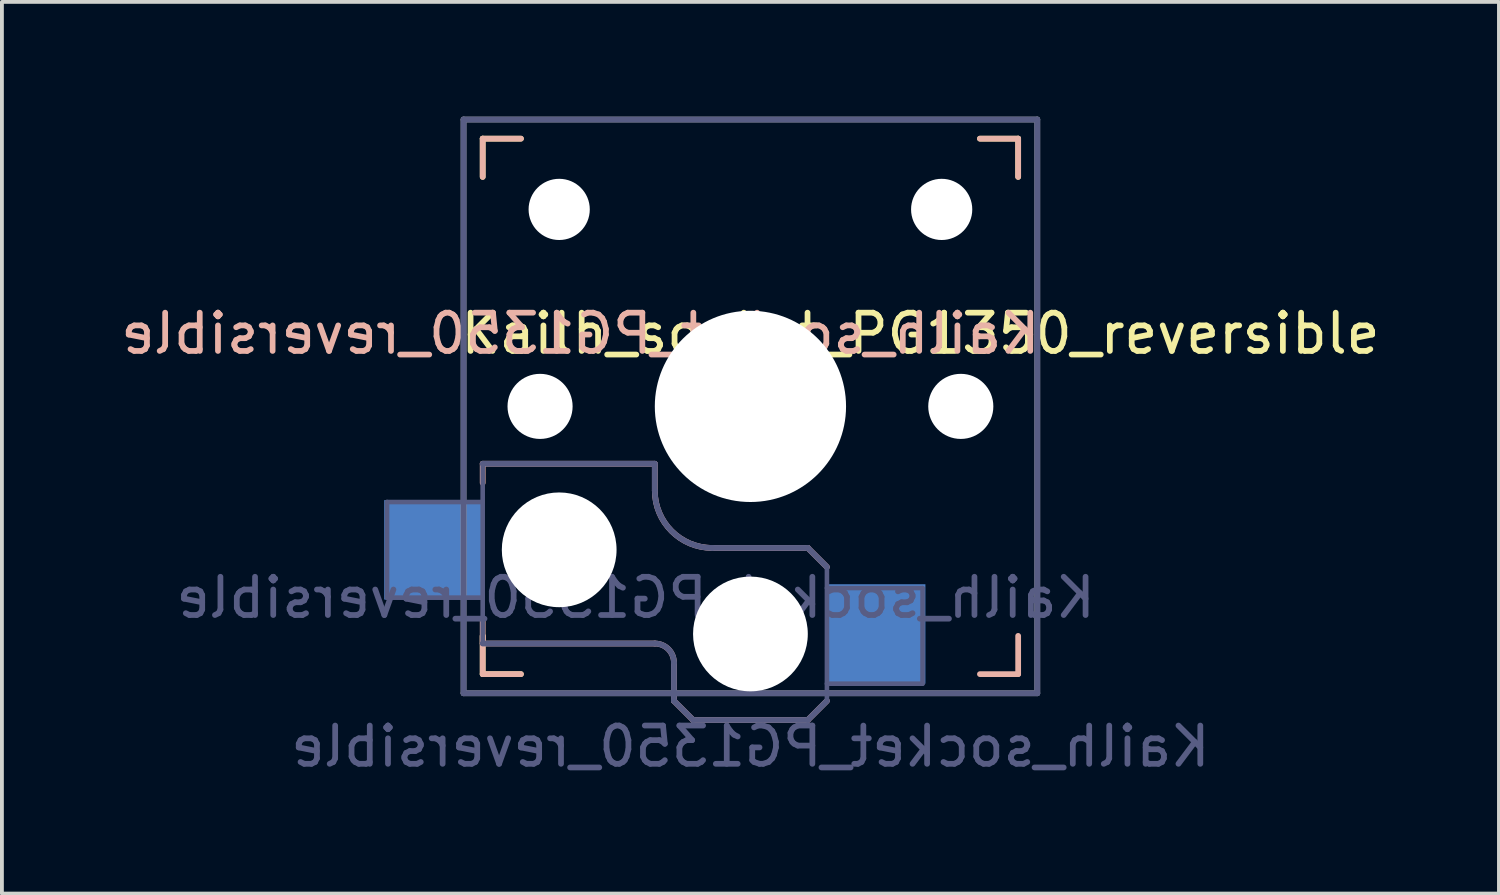
<source format=kicad_pcb>
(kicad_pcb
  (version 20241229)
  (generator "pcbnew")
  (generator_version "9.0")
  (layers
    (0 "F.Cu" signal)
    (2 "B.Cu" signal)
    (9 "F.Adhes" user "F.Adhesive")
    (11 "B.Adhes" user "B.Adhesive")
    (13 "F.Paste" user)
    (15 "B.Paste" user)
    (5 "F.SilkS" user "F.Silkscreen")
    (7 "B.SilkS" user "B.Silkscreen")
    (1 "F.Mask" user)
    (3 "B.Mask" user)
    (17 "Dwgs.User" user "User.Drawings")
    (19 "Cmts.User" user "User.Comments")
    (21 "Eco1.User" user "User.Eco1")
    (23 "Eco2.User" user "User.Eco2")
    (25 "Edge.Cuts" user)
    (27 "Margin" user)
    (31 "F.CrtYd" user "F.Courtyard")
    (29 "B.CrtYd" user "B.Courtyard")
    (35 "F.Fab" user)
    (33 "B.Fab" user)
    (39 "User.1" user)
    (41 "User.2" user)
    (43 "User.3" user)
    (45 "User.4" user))
  (footprint "Kailh_socket_PG1350_reversible"
    (layer "F.Cu")
    (at 16.57 7.575)
    (property "Reference" "Kailh_socket_PG1350_reversible" (at 4.445 -1.905 0) (layer "F.SilkS") (effects (font (size 1 1) (thickness 0.15))))
    (property "Value" "Kailh_socket_PG1350_reversible" (at 0 8.89 0) (layer "F.Fab") (hide yes) (effects (font (size 1 1) (thickness 0.15))))
    (attr smd exclude_from_pos_files exclude_from_bom)
    (fp_line (start -7 -7) (end -6 -7) (stroke (width 0.15) (type solid)) (layer "F.SilkS"))
    (fp_line (start -7 -6) (end -7 -7) (stroke (width 0.15) (type solid)) (layer "F.SilkS"))
    (fp_line (start -7 7) (end -7 6) (stroke (width 0.15) (type solid)) (layer "F.SilkS"))
    (fp_line (start -6 7) (end -7 7) (stroke (width 0.15) (type solid)) (layer "F.SilkS"))
    (fp_line (start 6 -7) (end 7 -7) (stroke (width 0.15) (type solid)) (layer "F.SilkS"))
    (fp_line (start 7 -7) (end 7 -6) (stroke (width 0.15) (type solid)) (layer "F.SilkS"))
    (fp_line (start -7 -7) (end -6 -7) (stroke (width 0.15) (type solid)) (layer "B.SilkS"))
    (fp_line (start -7 -6) (end -7 -7) (stroke (width 0.15) (type solid)) (layer "B.SilkS"))
    (fp_line (start -7 1.5) (end -7 2) (stroke (width 0.15) (type solid)) (layer "B.SilkS"))
    (fp_line (start -7 5.6) (end -7 6.2) (stroke (width 0.15) (type solid)) (layer "B.SilkS"))
    (fp_line (start -7 6.2) (end -2.5 6.2) (stroke (width 0.15) (type solid)) (layer "B.SilkS"))
    (fp_line (start -7 7) (end -7 6) (stroke (width 0.15) (type solid)) (layer "B.SilkS"))
    (fp_line (start -6 7) (end -7 7) (stroke (width 0.15) (type solid)) (layer "B.SilkS"))
    (fp_line (start -2.5 1.5) (end -7 1.5) (stroke (width 0.15) (type solid)) (layer "B.SilkS"))
    (fp_line (start -2.5 2.2) (end -2.5 1.5) (stroke (width 0.15) (type solid)) (layer "B.SilkS"))
    (fp_line (start -2 6.7) (end -2 7.7) (stroke (width 0.15) (type solid)) (layer "B.SilkS"))
    (fp_line (start -1.5 8.2) (end -2 7.7) (stroke (width 0.15) (type solid)) (layer "B.SilkS"))
    (fp_line (start 1.5 3.7) (end -1 3.7) (stroke (width 0.15) (type solid)) (layer "B.SilkS"))
    (fp_line (start 1.5 8.2) (end -1.5 8.2) (stroke (width 0.15) (type solid)) (layer "B.SilkS"))
    (fp_line (start 2 4.2) (end 1.5 3.7) (stroke (width 0.15) (type solid)) (layer "B.SilkS"))
    (fp_line (start 2 7.7) (end 1.5 8.2) (stroke (width 0.15) (type solid)) (layer "B.SilkS"))
    (fp_line (start 6 -7) (end 7 -7) (stroke (width 0.15) (type solid)) (layer "B.SilkS"))
    (fp_line (start 7 -7) (end 7 -6) (stroke (width 0.15) (type solid)) (layer "B.SilkS"))
    (fp_line (start 7 6) (end 7 7) (stroke (width 0.15) (type solid)) (layer "B.SilkS"))
    (fp_line (start 7 7) (end 6 7) (stroke (width 0.15) (type solid)) (layer "B.SilkS"))
    (fp_arc (start -2.5 6.2) (mid -2.146447 6.346447) (end -2 6.7) (stroke (width 0.15) (type solid)) (layer "B.SilkS"))
    (fp_arc (start -1 3.7) (mid -2.06066 3.26066) (end -2.5 2.2) (stroke (width 0.15) (type solid)) (layer "B.SilkS"))
    (fp_line (start -6.9 6.9) (end -6.9 -6.9) (stroke (width 0.15) (type solid)) (layer "Eco2.User"))
    (fp_line (start -6.9 6.9) (end 6.9 6.9) (stroke (width 0.15) (type solid)) (layer "Eco2.User"))
    (fp_line (start -2.6 -3.1) (end -2.6 -6.3) (stroke (width 0.15) (type solid)) (layer "Eco2.User"))
    (fp_line (start -2.6 -3.1) (end 2.6 -3.1) (stroke (width 0.15) (type solid)) (layer "Eco2.User"))
    (fp_line (start 2.6 -6.3) (end -2.6 -6.3) (stroke (width 0.15) (type solid)) (layer "Eco2.User"))
    (fp_line (start 2.6 -3.1) (end 2.6 -6.3) (stroke (width 0.15) (type solid)) (layer "Eco2.User"))
    (fp_line (start 6.9 -6.9) (end -6.9 -6.9) (stroke (width 0.15) (type solid)) (layer "Eco2.User"))
    (fp_line (start 6.9 -6.9) (end 6.9 6.9) (stroke (width 0.15) (type solid)) (layer "Eco2.User"))
    (fp_line (start -9.5 2.5) (end -7 2.5) (stroke (width 0.12) (type solid)) (layer "B.Fab"))
    (fp_line (start -9.5 5) (end -9.5 2.5) (stroke (width 0.12) (type solid)) (layer "B.Fab"))
    (fp_line (start -7.5 -7.5) (end 7.5 -7.5) (stroke (width 0.15) (type solid)) (layer "B.Fab"))
    (fp_line (start -7.5 7.5) (end -7.5 -7.5) (stroke (width 0.15) (type solid)) (layer "B.Fab"))
    (fp_line (start -7 1.5) (end -7 6.2) (stroke (width 0.12) (type solid)) (layer "B.Fab"))
    (fp_line (start -7 5) (end -9.5 5) (stroke (width 0.12) (type solid)) (layer "B.Fab"))
    (fp_line (start -7 6.2) (end -2.5 6.2) (stroke (width 0.15) (type solid)) (layer "B.Fab"))
    (fp_line (start -2.5 1.5) (end -7 1.5) (stroke (width 0.15) (type solid)) (layer "B.Fab"))
    (fp_line (start -2.5 2.2) (end -2.5 1.5) (stroke (width 0.15) (type solid)) (layer "B.Fab"))
    (fp_line (start -2 6.7) (end -2 7.7) (stroke (width 0.15) (type solid)) (layer "B.Fab"))
    (fp_line (start -1.5 8.2) (end -2 7.7) (stroke (width 0.15) (type solid)) (layer "B.Fab"))
    (fp_line (start 1.5 3.7) (end -1 3.7) (stroke (width 0.15) (type solid)) (layer "B.Fab"))
    (fp_line (start 1.5 8.2) (end -1.5 8.2) (stroke (width 0.15) (type solid)) (layer "B.Fab"))
    (fp_line (start 2 4.2) (end 1.5 3.7) (stroke (width 0.15) (type solid)) (layer "B.Fab"))
    (fp_line (start 2 4.25) (end 2 7.7) (stroke (width 0.12) (type solid)) (layer "B.Fab"))
    (fp_line (start 2 4.75) (end 4.5 4.75) (stroke (width 0.12) (type solid)) (layer "B.Fab"))
    (fp_line (start 2 7.7) (end 1.5 8.2) (stroke (width 0.15) (type solid)) (layer "B.Fab"))
    (fp_line (start 4.5 4.75) (end 4.5 7.25) (stroke (width 0.12) (type solid)) (layer "B.Fab"))
    (fp_line (start 4.5 7.25) (end 2 7.25) (stroke (width 0.12) (type solid)) (layer "B.Fab"))
    (fp_line (start 7.5 -7.5) (end 7.5 7.5) (stroke (width 0.15) (type solid)) (layer "B.Fab"))
    (fp_line (start 7.5 7.5) (end -7.5 7.5) (stroke (width 0.15) (type solid)) (layer "B.Fab"))
    (fp_arc (start -2.5 6.2) (mid -2.146447 6.346447) (end -2 6.7) (stroke (width 0.15) (type solid)) (layer "B.Fab"))
    (fp_arc (start -1 3.7) (mid -2.06066 3.26066) (end -2.5 2.2) (stroke (width 0.15) (type solid)) (layer "B.Fab"))
    (fp_line (start -7.5 -7.5) (end 7.5 -7.5) (stroke (width 0.15) (type solid)) (layer "F.Fab"))
    (fp_line (start -7.5 7.5) (end -7.5 -7.5) (stroke (width 0.15) (type solid)) (layer "F.Fab"))
    (fp_line (start 7.5 -7.5) (end 7.5 7.5) (stroke (width 0.15) (type solid)) (layer "F.Fab"))
    (fp_line (start 7.5 7.5) (end -7.5 7.5) (stroke (width 0.15) (type solid)) (layer "F.Fab"))
    (fp_text user "${REFERENCE}" (at -4.445 -1.905 0) (layer "B.SilkS") (effects (font (size 1 1) (thickness 0.15)) (justify mirror)))
    (fp_text user "${REFERENCE}" (at -3 5 0) (layer "B.Fab") (effects (font (size 1 1) (thickness 0.15)) (justify mirror)))
    (fp_text user "${VALUE}" (at 0 8.89 0) (layer "B.Fab") (effects (font (size 1 1) (thickness 0.15)) (justify mirror)))
    (pad "" np_thru_hole circle (at -5.5 0) (size 1.702 1.702) (drill 1.702) (layers "*.Cu" "*.Mask"))
    (pad "" np_thru_hole circle (at -5 -5.15) (size 1.6 1.6) (drill 1.6) (layers "*.Cu" "*.Mask"))
    (pad "" np_thru_hole circle (at -5 3.75) (size 3 3) (drill 3) (layers "*.Cu" "*.Mask"))
    (pad "" np_thru_hole circle (at 0 0) (size 5 5) (drill 5) (layers "*.Cu" "*.Mask"))
    (pad "" np_thru_hole circle (at 0 5.95) (size 3 3) (drill 3) (layers "*.Cu" "*.Mask"))
    (pad "" np_thru_hole circle (at 5 -5.15) (size 1.6 1.6) (drill 1.6) (layers "*.Cu" "*.Mask"))
    (pad "" np_thru_hole circle (at 5.5 0) (size 1.702 1.702) (drill 1.702) (layers "*.Cu" "*.Mask"))
    (pad "1" smd rect (at 3.275 5.95) (size 2.6 2.6) (layers "B.Cu" "B.Mask" "B.Paste"))
    (pad "2" smd rect (at -8.275 3.75) (size 2.6 2.6) (layers "B.Cu" "B.Mask" "B.Paste")))
  (gr_rect
    (start -3 -3)
    (end 36.14 20.313)
    (stroke (width 0.1) (type default))
    (fill no)
    (layer "Edge.Cuts")))
</source>
